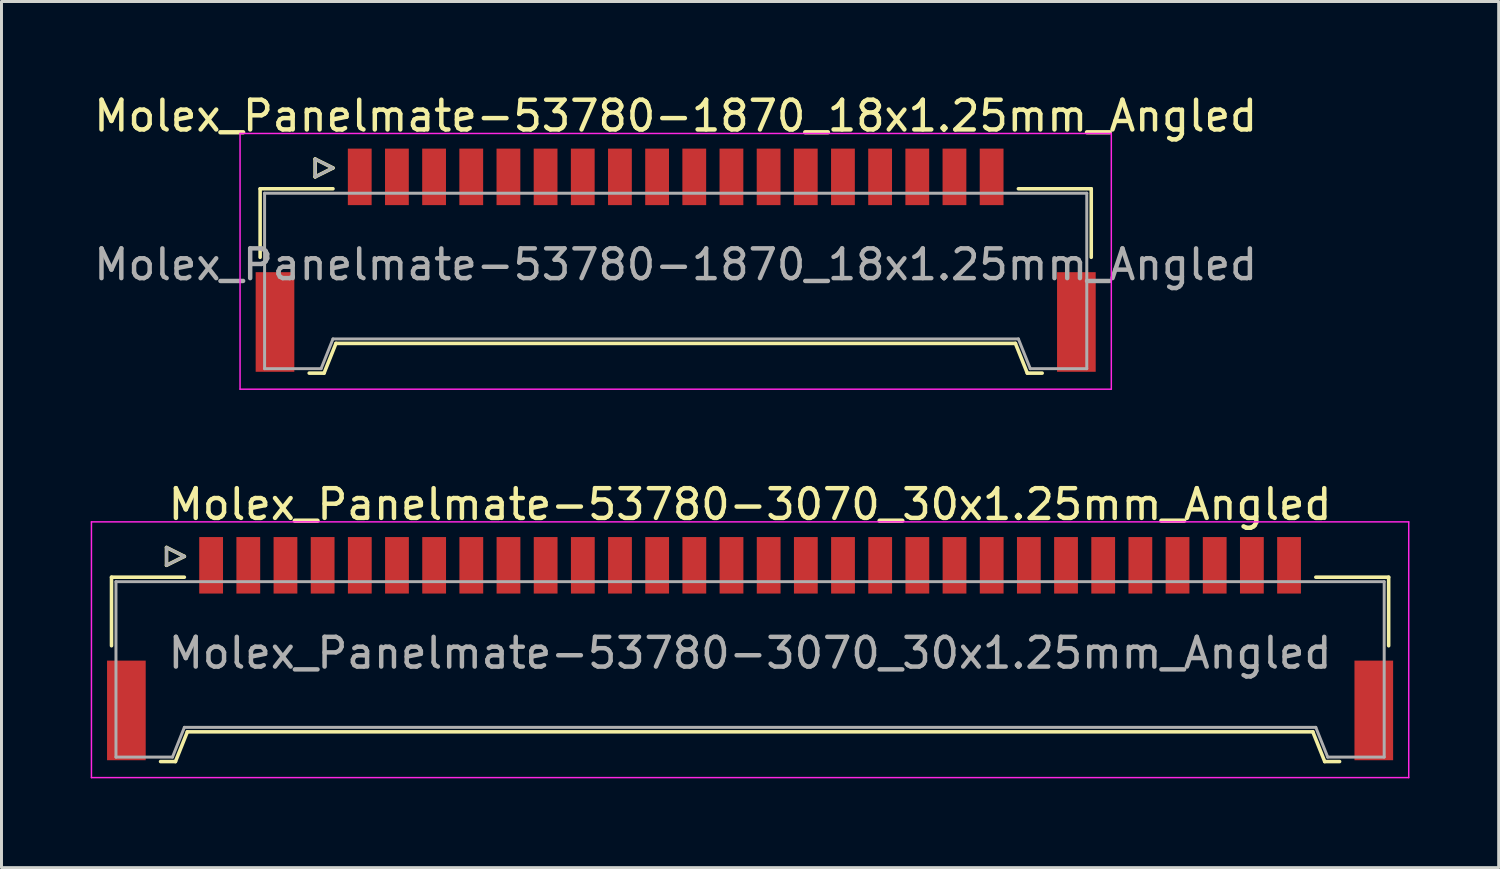
<source format=kicad_pcb>
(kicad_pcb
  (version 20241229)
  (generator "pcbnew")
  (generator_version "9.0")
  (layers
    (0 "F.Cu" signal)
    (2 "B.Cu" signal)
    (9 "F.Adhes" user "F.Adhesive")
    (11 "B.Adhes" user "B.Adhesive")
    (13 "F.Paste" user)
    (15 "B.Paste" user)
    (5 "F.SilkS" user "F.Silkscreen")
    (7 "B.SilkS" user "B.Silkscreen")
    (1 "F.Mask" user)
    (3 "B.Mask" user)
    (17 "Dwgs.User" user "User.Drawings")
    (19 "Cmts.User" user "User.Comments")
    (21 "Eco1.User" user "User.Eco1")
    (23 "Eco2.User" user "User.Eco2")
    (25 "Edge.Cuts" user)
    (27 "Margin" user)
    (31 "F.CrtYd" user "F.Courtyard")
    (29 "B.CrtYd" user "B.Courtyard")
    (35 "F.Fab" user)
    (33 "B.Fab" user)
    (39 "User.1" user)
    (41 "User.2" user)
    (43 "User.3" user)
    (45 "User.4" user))
  (footprint "Molex_Panelmate-53780-3070_30x1.25mm_Angled"
    (layer "F.Cu")
    (at 22.175 18.401)
    (property "Reference" "Molex_Panelmate-53780-3070_30x1.25mm_Angled" (at 0 -4.49 0) (layer "F.SilkS") (effects (font (size 1 1) (thickness 0.15))))
    (attr smd)
    (fp_line (start -21.475 -2.04) (end -21.475 0.265) (stroke (width 0.12) (type solid)) (layer "F.SilkS"))
    (fp_line (start -19.825 4.16) (end -19.325 4.16) (stroke (width 0.12) (type solid)) (layer "F.SilkS"))
    (fp_line (start -19.625 -3.04) (end -19.625 -2.44) (stroke (width 0.12) (type solid)) (layer "F.SilkS"))
    (fp_line (start -19.625 -2.44) (end -19.025 -2.74) (stroke (width 0.12) (type solid)) (layer "F.SilkS"))
    (fp_line (start -19.325 4.16) (end -18.925 3.16) (stroke (width 0.12) (type solid)) (layer "F.SilkS"))
    (fp_line (start -19.025 -2.74) (end -19.625 -3.04) (stroke (width 0.12) (type solid)) (layer "F.SilkS"))
    (fp_line (start -19.025 -2.04) (end -21.475 -2.04) (stroke (width 0.12) (type solid)) (layer "F.SilkS"))
    (fp_line (start -18.925 3.16) (end 18.925 3.16) (stroke (width 0.12) (type solid)) (layer "F.SilkS"))
    (fp_line (start 18.925 3.16) (end 19.325 4.16) (stroke (width 0.12) (type solid)) (layer "F.SilkS"))
    (fp_line (start 19.025 -2.04) (end 21.475 -2.04) (stroke (width 0.12) (type solid)) (layer "F.SilkS"))
    (fp_line (start 19.325 4.16) (end 19.825 4.16) (stroke (width 0.12) (type solid)) (layer "F.SilkS"))
    (fp_line (start 21.475 -2.04) (end 21.475 0.265) (stroke (width 0.12) (type solid)) (layer "F.SilkS"))
    (fp_line (start -22.15 -3.9) (end -22.15 4.7) (stroke (width 0.05) (type solid)) (layer "F.CrtYd"))
    (fp_line (start -22.15 4.7) (end 22.15 4.7) (stroke (width 0.05) (type solid)) (layer "F.CrtYd"))
    (fp_line (start 22.15 -3.9) (end -22.15 -3.9) (stroke (width 0.05) (type solid)) (layer "F.CrtYd"))
    (fp_line (start 22.15 4.7) (end 22.15 -3.9) (stroke (width 0.05) (type solid)) (layer "F.CrtYd"))
    (fp_line (start -21.325 -1.89) (end -21.325 4.01) (stroke (width 0.1) (type solid)) (layer "F.Fab"))
    (fp_line (start -21.325 4.01) (end -19.425 4.01) (stroke (width 0.1) (type solid)) (layer "F.Fab"))
    (fp_line (start -19.625 -3.04) (end -19.625 -2.44) (stroke (width 0.1) (type solid)) (layer "F.Fab"))
    (fp_line (start -19.625 -2.44) (end -19.025 -2.74) (stroke (width 0.1) (type solid)) (layer "F.Fab"))
    (fp_line (start -19.425 4.01) (end -19.025 3.01) (stroke (width 0.1) (type solid)) (layer "F.Fab"))
    (fp_line (start -19.025 -2.74) (end -19.625 -3.04) (stroke (width 0.1) (type solid)) (layer "F.Fab"))
    (fp_line (start -19.025 3.01) (end 19.025 3.01) (stroke (width 0.1) (type solid)) (layer "F.Fab"))
    (fp_line (start 19.025 3.01) (end 19.425 4.01) (stroke (width 0.1) (type solid)) (layer "F.Fab"))
    (fp_line (start 19.425 4.01) (end 21.325 4.01) (stroke (width 0.1) (type solid)) (layer "F.Fab"))
    (fp_line (start 21.325 -1.89) (end -21.325 -1.89) (stroke (width 0.1) (type solid)) (layer "F.Fab"))
    (fp_line (start 21.325 4.01) (end 21.325 -1.89) (stroke (width 0.1) (type solid)) (layer "F.Fab"))
    (fp_text user "${REFERENCE}" (at 0 0.51 0) (layer "F.Fab") (effects (font (size 1 1) (thickness 0.15))))
    (pad "" smd rect (at -20.975 2.44) (size 1.3 3.35) (layers "F.Cu" "F.Mask" "F.Paste"))
    (pad "" smd rect (at 20.975 2.44) (size 1.3 3.35) (layers "F.Cu" "F.Mask" "F.Paste"))
    (pad "1" smd rect (at -18.125 -2.44) (size 0.8 1.9) (layers "F.Cu" "F.Mask" "F.Paste"))
    (pad "2" smd rect (at -16.875 -2.44) (size 0.8 1.9) (layers "F.Cu" "F.Mask" "F.Paste"))
    (pad "3" smd rect (at -15.625 -2.44) (size 0.8 1.9) (layers "F.Cu" "F.Mask" "F.Paste"))
    (pad "4" smd rect (at -14.375 -2.44) (size 0.8 1.9) (layers "F.Cu" "F.Mask" "F.Paste"))
    (pad "5" smd rect (at -13.125 -2.44) (size 0.8 1.9) (layers "F.Cu" "F.Mask" "F.Paste"))
    (pad "6" smd rect (at -11.875 -2.44) (size 0.8 1.9) (layers "F.Cu" "F.Mask" "F.Paste"))
    (pad "7" smd rect (at -10.625 -2.44) (size 0.8 1.9) (layers "F.Cu" "F.Mask" "F.Paste"))
    (pad "8" smd rect (at -9.375 -2.44) (size 0.8 1.9) (layers "F.Cu" "F.Mask" "F.Paste"))
    (pad "9" smd rect (at -8.125 -2.44) (size 0.8 1.9) (layers "F.Cu" "F.Mask" "F.Paste"))
    (pad "10" smd rect (at -6.875 -2.44) (size 0.8 1.9) (layers "F.Cu" "F.Mask" "F.Paste"))
    (pad "11" smd rect (at -5.625 -2.44) (size 0.8 1.9) (layers "F.Cu" "F.Mask" "F.Paste"))
    (pad "12" smd rect (at -4.375 -2.44) (size 0.8 1.9) (layers "F.Cu" "F.Mask" "F.Paste"))
    (pad "13" smd rect (at -3.125 -2.44) (size 0.8 1.9) (layers "F.Cu" "F.Mask" "F.Paste"))
    (pad "14" smd rect (at -1.875 -2.44) (size 0.8 1.9) (layers "F.Cu" "F.Mask" "F.Paste"))
    (pad "15" smd rect (at -0.625 -2.44) (size 0.8 1.9) (layers "F.Cu" "F.Mask" "F.Paste"))
    (pad "16" smd rect (at 0.625 -2.44) (size 0.8 1.9) (layers "F.Cu" "F.Mask" "F.Paste"))
    (pad "17" smd rect (at 1.875 -2.44) (size 0.8 1.9) (layers "F.Cu" "F.Mask" "F.Paste"))
    (pad "18" smd rect (at 3.125 -2.44) (size 0.8 1.9) (layers "F.Cu" "F.Mask" "F.Paste"))
    (pad "19" smd rect (at 4.375 -2.44) (size 0.8 1.9) (layers "F.Cu" "F.Mask" "F.Paste"))
    (pad "20" smd rect (at 5.625 -2.44) (size 0.8 1.9) (layers "F.Cu" "F.Mask" "F.Paste"))
    (pad "21" smd rect (at 6.875 -2.44) (size 0.8 1.9) (layers "F.Cu" "F.Mask" "F.Paste"))
    (pad "22" smd rect (at 8.125 -2.44) (size 0.8 1.9) (layers "F.Cu" "F.Mask" "F.Paste"))
    (pad "23" smd rect (at 9.375 -2.44) (size 0.8 1.9) (layers "F.Cu" "F.Mask" "F.Paste"))
    (pad "24" smd rect (at 10.625 -2.44) (size 0.8 1.9) (layers "F.Cu" "F.Mask" "F.Paste"))
    (pad "25" smd rect (at 11.875 -2.44) (size 0.8 1.9) (layers "F.Cu" "F.Mask" "F.Paste"))
    (pad "26" smd rect (at 13.125 -2.44) (size 0.8 1.9) (layers "F.Cu" "F.Mask" "F.Paste"))
    (pad "27" smd rect (at 14.375 -2.44) (size 0.8 1.9) (layers "F.Cu" "F.Mask" "F.Paste"))
    (pad "28" smd rect (at 15.625 -2.44) (size 0.8 1.9) (layers "F.Cu" "F.Mask" "F.Paste"))
    (pad "29" smd rect (at 16.875 -2.44) (size 0.8 1.9) (layers "F.Cu" "F.Mask" "F.Paste"))
    (pad "30" smd rect (at 18.125 -2.44) (size 0.8 1.9) (layers "F.Cu" "F.Mask" "F.Paste")))
  (footprint "Molex_Panelmate-53780-1870_18x1.25mm_Angled"
    (layer "F.Cu")
    (at 19.673 5.338)
    (property "Reference" "Molex_Panelmate-53780-1870_18x1.25mm_Angled" (at 0 -4.49 0) (layer "F.SilkS") (effects (font (size 1 1) (thickness 0.15))))
    (attr smd)
    (fp_line (start -13.975 -2.04) (end -13.975 0.265) (stroke (width 0.12) (type solid)) (layer "F.SilkS"))
    (fp_line (start -12.325 4.16) (end -11.825 4.16) (stroke (width 0.12) (type solid)) (layer "F.SilkS"))
    (fp_line (start -12.125 -3.04) (end -12.125 -2.44) (stroke (width 0.12) (type solid)) (layer "F.SilkS"))
    (fp_line (start -12.125 -2.44) (end -11.525 -2.74) (stroke (width 0.12) (type solid)) (layer "F.SilkS"))
    (fp_line (start -11.825 4.16) (end -11.425 3.16) (stroke (width 0.12) (type solid)) (layer "F.SilkS"))
    (fp_line (start -11.525 -2.74) (end -12.125 -3.04) (stroke (width 0.12) (type solid)) (layer "F.SilkS"))
    (fp_line (start -11.525 -2.04) (end -13.975 -2.04) (stroke (width 0.12) (type solid)) (layer "F.SilkS"))
    (fp_line (start -11.425 3.16) (end 11.425 3.16) (stroke (width 0.12) (type solid)) (layer "F.SilkS"))
    (fp_line (start 11.425 3.16) (end 11.825 4.16) (stroke (width 0.12) (type solid)) (layer "F.SilkS"))
    (fp_line (start 11.525 -2.04) (end 13.975 -2.04) (stroke (width 0.12) (type solid)) (layer "F.SilkS"))
    (fp_line (start 11.825 4.16) (end 12.325 4.16) (stroke (width 0.12) (type solid)) (layer "F.SilkS"))
    (fp_line (start 13.975 -2.04) (end 13.975 0.265) (stroke (width 0.12) (type solid)) (layer "F.SilkS"))
    (fp_line (start -14.65 -3.9) (end -14.65 4.7) (stroke (width 0.05) (type solid)) (layer "F.CrtYd"))
    (fp_line (start -14.65 4.7) (end 14.65 4.7) (stroke (width 0.05) (type solid)) (layer "F.CrtYd"))
    (fp_line (start 14.65 -3.9) (end -14.65 -3.9) (stroke (width 0.05) (type solid)) (layer "F.CrtYd"))
    (fp_line (start 14.65 4.7) (end 14.65 -3.9) (stroke (width 0.05) (type solid)) (layer "F.CrtYd"))
    (fp_line (start -13.825 -1.89) (end -13.825 4.01) (stroke (width 0.1) (type solid)) (layer "F.Fab"))
    (fp_line (start -13.825 4.01) (end -11.925 4.01) (stroke (width 0.1) (type solid)) (layer "F.Fab"))
    (fp_line (start -12.125 -3.04) (end -12.125 -2.44) (stroke (width 0.1) (type solid)) (layer "F.Fab"))
    (fp_line (start -12.125 -2.44) (end -11.525 -2.74) (stroke (width 0.1) (type solid)) (layer "F.Fab"))
    (fp_line (start -11.925 4.01) (end -11.525 3.01) (stroke (width 0.1) (type solid)) (layer "F.Fab"))
    (fp_line (start -11.525 -2.74) (end -12.125 -3.04) (stroke (width 0.1) (type solid)) (layer "F.Fab"))
    (fp_line (start -11.525 3.01) (end 11.525 3.01) (stroke (width 0.1) (type solid)) (layer "F.Fab"))
    (fp_line (start 11.525 3.01) (end 11.925 4.01) (stroke (width 0.1) (type solid)) (layer "F.Fab"))
    (fp_line (start 11.925 4.01) (end 13.825 4.01) (stroke (width 0.1) (type solid)) (layer "F.Fab"))
    (fp_line (start 13.825 -1.89) (end -13.825 -1.89) (stroke (width 0.1) (type solid)) (layer "F.Fab"))
    (fp_line (start 13.825 4.01) (end 13.825 -1.89) (stroke (width 0.1) (type solid)) (layer "F.Fab"))
    (fp_text user "${REFERENCE}" (at 0 0.51 0) (layer "F.Fab") (effects (font (size 1 1) (thickness 0.15))))
    (pad "" smd rect (at -13.475 2.44) (size 1.3 3.35) (layers "F.Cu" "F.Mask" "F.Paste"))
    (pad "" smd rect (at 13.475 2.44) (size 1.3 3.35) (layers "F.Cu" "F.Mask" "F.Paste"))
    (pad "1" smd rect (at -10.625 -2.44) (size 0.8 1.9) (layers "F.Cu" "F.Mask" "F.Paste"))
    (pad "2" smd rect (at -9.375 -2.44) (size 0.8 1.9) (layers "F.Cu" "F.Mask" "F.Paste"))
    (pad "3" smd rect (at -8.125 -2.44) (size 0.8 1.9) (layers "F.Cu" "F.Mask" "F.Paste"))
    (pad "4" smd rect (at -6.875 -2.44) (size 0.8 1.9) (layers "F.Cu" "F.Mask" "F.Paste"))
    (pad "5" smd rect (at -5.625 -2.44) (size 0.8 1.9) (layers "F.Cu" "F.Mask" "F.Paste"))
    (pad "6" smd rect (at -4.375 -2.44) (size 0.8 1.9) (layers "F.Cu" "F.Mask" "F.Paste"))
    (pad "7" smd rect (at -3.125 -2.44) (size 0.8 1.9) (layers "F.Cu" "F.Mask" "F.Paste"))
    (pad "8" smd rect (at -1.875 -2.44) (size 0.8 1.9) (layers "F.Cu" "F.Mask" "F.Paste"))
    (pad "9" smd rect (at -0.625 -2.44) (size 0.8 1.9) (layers "F.Cu" "F.Mask" "F.Paste"))
    (pad "10" smd rect (at 0.625 -2.44) (size 0.8 1.9) (layers "F.Cu" "F.Mask" "F.Paste"))
    (pad "11" smd rect (at 1.875 -2.44) (size 0.8 1.9) (layers "F.Cu" "F.Mask" "F.Paste"))
    (pad "12" smd rect (at 3.125 -2.44) (size 0.8 1.9) (layers "F.Cu" "F.Mask" "F.Paste"))
    (pad "13" smd rect (at 4.375 -2.44) (size 0.8 1.9) (layers "F.Cu" "F.Mask" "F.Paste"))
    (pad "14" smd rect (at 5.625 -2.44) (size 0.8 1.9) (layers "F.Cu" "F.Mask" "F.Paste"))
    (pad "15" smd rect (at 6.875 -2.44) (size 0.8 1.9) (layers "F.Cu" "F.Mask" "F.Paste"))
    (pad "16" smd rect (at 8.125 -2.44) (size 0.8 1.9) (layers "F.Cu" "F.Mask" "F.Paste"))
    (pad "17" smd rect (at 9.375 -2.44) (size 0.8 1.9) (layers "F.Cu" "F.Mask" "F.Paste"))
    (pad "18" smd rect (at 10.625 -2.44) (size 0.8 1.9) (layers "F.Cu" "F.Mask" "F.Paste")))
  (gr_rect
    (start -3 -3)
    (end 47.35 26.127)
    (stroke (width 0.1) (type default))
    (fill no)
    (layer "Edge.Cuts")))
</source>
